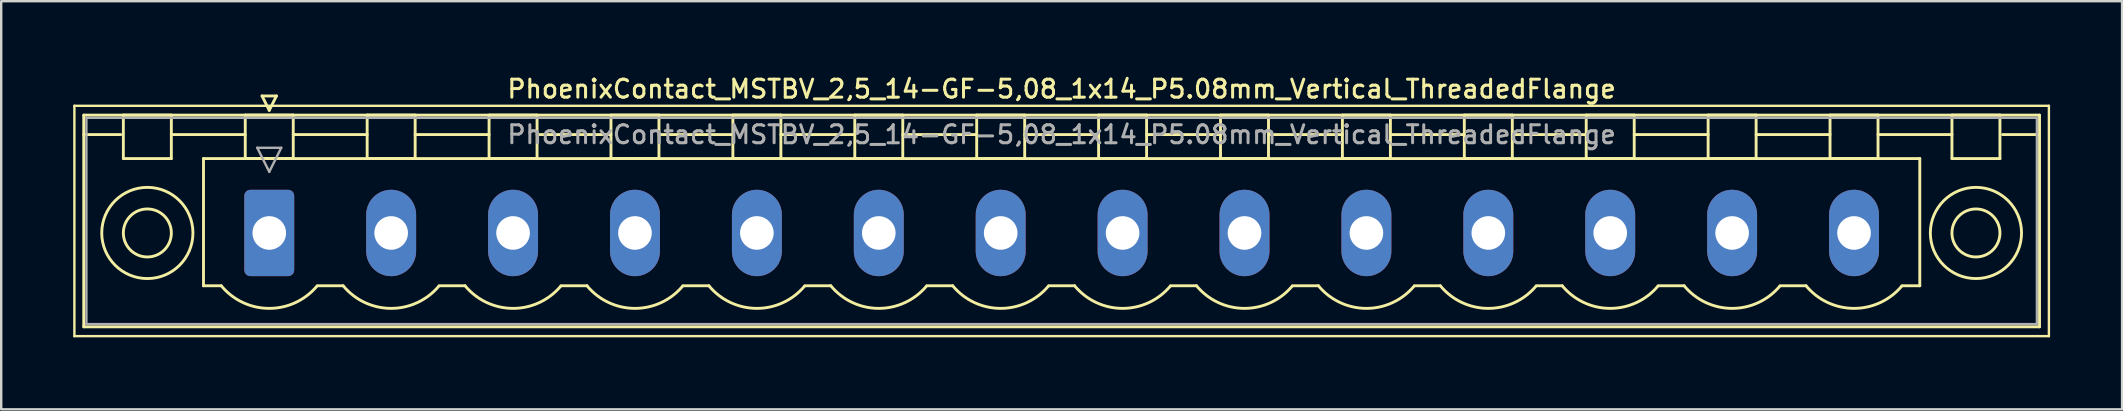
<source format=kicad_pcb>
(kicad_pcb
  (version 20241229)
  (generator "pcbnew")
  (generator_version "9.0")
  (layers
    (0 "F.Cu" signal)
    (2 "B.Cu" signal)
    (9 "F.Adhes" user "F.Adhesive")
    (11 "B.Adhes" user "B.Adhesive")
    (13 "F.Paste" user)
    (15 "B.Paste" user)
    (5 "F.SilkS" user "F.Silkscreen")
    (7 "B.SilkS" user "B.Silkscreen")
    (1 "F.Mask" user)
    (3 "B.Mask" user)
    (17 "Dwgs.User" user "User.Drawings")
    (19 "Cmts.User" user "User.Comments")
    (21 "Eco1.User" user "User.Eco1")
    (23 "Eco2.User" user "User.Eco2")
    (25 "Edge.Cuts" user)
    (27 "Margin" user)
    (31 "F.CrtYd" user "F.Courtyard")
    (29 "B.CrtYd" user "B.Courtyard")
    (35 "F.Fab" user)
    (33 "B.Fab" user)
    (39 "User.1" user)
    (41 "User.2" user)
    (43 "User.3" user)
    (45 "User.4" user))
  (footprint "PhoenixContact_MSTBV_2,5_14-GF-5,08_1x14_P5.08mm_Vertical_ThreadedFlange"
    (layer "F.Cu")
    (at 8.17 6.658)
    (property "Reference" "PhoenixContact_MSTBV_2,5_14-GF-5,08_1x14_P5.08mm_Vertical_ThreadedFlange" (at 33.02 -6 0) (layer "F.SilkS") (effects (font (size 0.75 0.75) (thickness 0.125))))
    (attr through_hole)
    (fp_line (start -8.12 -5.3) (end -8.12 4.3) (stroke (width 0.1) (type solid)) (layer "F.SilkS"))
    (fp_line (start -8.12 4.3) (end 74.16 4.3) (stroke (width 0.1) (type solid)) (layer "F.SilkS"))
    (fp_line (start -7.73 -4.91) (end -7.73 3.91) (stroke (width 0.12) (type solid)) (layer "F.SilkS"))
    (fp_line (start -7.73 -4.1) (end -6.19 -4.1) (stroke (width 0.12) (type solid)) (layer "F.SilkS"))
    (fp_line (start -7.73 3.91) (end 73.77 3.91) (stroke (width 0.12) (type solid)) (layer "F.SilkS"))
    (fp_line (start -6.08 -4.91) (end -4.08 -4.91) (stroke (width 0.12) (type solid)) (layer "F.SilkS"))
    (fp_line (start -6.08 -3.1) (end -6.08 -4.91) (stroke (width 0.12) (type solid)) (layer "F.SilkS"))
    (fp_line (start -4.08 -4.91) (end -4.08 -3.1) (stroke (width 0.12) (type solid)) (layer "F.SilkS"))
    (fp_line (start -4.08 -4.1) (end -1 -4.1) (stroke (width 0.12) (type solid)) (layer "F.SilkS"))
    (fp_line (start -4.08 -3.1) (end -6.08 -3.1) (stroke (width 0.12) (type solid)) (layer "F.SilkS"))
    (fp_line (start -2.74 -3.1) (end 68.78 -3.1) (stroke (width 0.12) (type solid)) (layer "F.SilkS"))
    (fp_line (start -2.74 2.2) (end -2.74 -3.1) (stroke (width 0.12) (type solid)) (layer "F.SilkS"))
    (fp_line (start -2 2.2) (end -2.74 2.2) (stroke (width 0.12) (type solid)) (layer "F.SilkS"))
    (fp_line (start -1 -4.91) (end 1 -4.91) (stroke (width 0.12) (type solid)) (layer "F.SilkS"))
    (fp_line (start -1 -3.1) (end -1 -4.91) (stroke (width 0.12) (type solid)) (layer "F.SilkS"))
    (fp_line (start -0.3 -5.71) (end 0.3 -5.71) (stroke (width 0.12) (type solid)) (layer "F.SilkS"))
    (fp_line (start 0 -5.11) (end -0.3 -5.71) (stroke (width 0.12) (type solid)) (layer "F.SilkS"))
    (fp_line (start 0.3 -5.71) (end 0 -5.11) (stroke (width 0.12) (type solid)) (layer "F.SilkS"))
    (fp_line (start 1 -4.91) (end 1 -3.1) (stroke (width 0.12) (type solid)) (layer "F.SilkS"))
    (fp_line (start 1 -4.1) (end 4.08 -4.1) (stroke (width 0.12) (type solid)) (layer "F.SilkS"))
    (fp_line (start 1 -3.1) (end -1 -3.1) (stroke (width 0.12) (type solid)) (layer "F.SilkS"))
    (fp_line (start 2 2.2) (end 3.08 2.2) (stroke (width 0.12) (type solid)) (layer "F.SilkS"))
    (fp_line (start 4.08 -4.91) (end 6.08 -4.91) (stroke (width 0.12) (type solid)) (layer "F.SilkS"))
    (fp_line (start 4.08 -3.1) (end 4.08 -4.91) (stroke (width 0.12) (type solid)) (layer "F.SilkS"))
    (fp_line (start 6.08 -4.91) (end 6.08 -3.1) (stroke (width 0.12) (type solid)) (layer "F.SilkS"))
    (fp_line (start 6.08 -4.1) (end 9.16 -4.1) (stroke (width 0.12) (type solid)) (layer "F.SilkS"))
    (fp_line (start 6.08 -3.1) (end 4.08 -3.1) (stroke (width 0.12) (type solid)) (layer "F.SilkS"))
    (fp_line (start 7.08 2.2) (end 8.16 2.2) (stroke (width 0.12) (type solid)) (layer "F.SilkS"))
    (fp_line (start 9.16 -4.91) (end 11.16 -4.91) (stroke (width 0.12) (type solid)) (layer "F.SilkS"))
    (fp_line (start 9.16 -3.1) (end 9.16 -4.91) (stroke (width 0.12) (type solid)) (layer "F.SilkS"))
    (fp_line (start 11.16 -4.91) (end 11.16 -3.1) (stroke (width 0.12) (type solid)) (layer "F.SilkS"))
    (fp_line (start 11.16 -4.1) (end 14.24 -4.1) (stroke (width 0.12) (type solid)) (layer "F.SilkS"))
    (fp_line (start 11.16 -3.1) (end 9.16 -3.1) (stroke (width 0.12) (type solid)) (layer "F.SilkS"))
    (fp_line (start 12.16 2.2) (end 13.24 2.2) (stroke (width 0.12) (type solid)) (layer "F.SilkS"))
    (fp_line (start 14.24 -4.91) (end 16.24 -4.91) (stroke (width 0.12) (type solid)) (layer "F.SilkS"))
    (fp_line (start 14.24 -3.1) (end 14.24 -4.91) (stroke (width 0.12) (type solid)) (layer "F.SilkS"))
    (fp_line (start 16.24 -4.91) (end 16.24 -3.1) (stroke (width 0.12) (type solid)) (layer "F.SilkS"))
    (fp_line (start 16.24 -4.1) (end 19.32 -4.1) (stroke (width 0.12) (type solid)) (layer "F.SilkS"))
    (fp_line (start 16.24 -3.1) (end 14.24 -3.1) (stroke (width 0.12) (type solid)) (layer "F.SilkS"))
    (fp_line (start 17.24 2.2) (end 18.32 2.2) (stroke (width 0.12) (type solid)) (layer "F.SilkS"))
    (fp_line (start 19.32 -4.91) (end 21.32 -4.91) (stroke (width 0.12) (type solid)) (layer "F.SilkS"))
    (fp_line (start 19.32 -3.1) (end 19.32 -4.91) (stroke (width 0.12) (type solid)) (layer "F.SilkS"))
    (fp_line (start 21.32 -4.91) (end 21.32 -3.1) (stroke (width 0.12) (type solid)) (layer "F.SilkS"))
    (fp_line (start 21.32 -4.1) (end 24.4 -4.1) (stroke (width 0.12) (type solid)) (layer "F.SilkS"))
    (fp_line (start 21.32 -3.1) (end 19.32 -3.1) (stroke (width 0.12) (type solid)) (layer "F.SilkS"))
    (fp_line (start 22.32 2.2) (end 23.4 2.2) (stroke (width 0.12) (type solid)) (layer "F.SilkS"))
    (fp_line (start 24.4 -4.91) (end 26.4 -4.91) (stroke (width 0.12) (type solid)) (layer "F.SilkS"))
    (fp_line (start 24.4 -3.1) (end 24.4 -4.91) (stroke (width 0.12) (type solid)) (layer "F.SilkS"))
    (fp_line (start 26.4 -4.91) (end 26.4 -3.1) (stroke (width 0.12) (type solid)) (layer "F.SilkS"))
    (fp_line (start 26.4 -4.1) (end 29.48 -4.1) (stroke (width 0.12) (type solid)) (layer "F.SilkS"))
    (fp_line (start 26.4 -3.1) (end 24.4 -3.1) (stroke (width 0.12) (type solid)) (layer "F.SilkS"))
    (fp_line (start 27.4 2.2) (end 28.48 2.2) (stroke (width 0.12) (type solid)) (layer "F.SilkS"))
    (fp_line (start 29.48 -4.91) (end 31.48 -4.91) (stroke (width 0.12) (type solid)) (layer "F.SilkS"))
    (fp_line (start 29.48 -3.1) (end 29.48 -4.91) (stroke (width 0.12) (type solid)) (layer "F.SilkS"))
    (fp_line (start 31.48 -4.91) (end 31.48 -3.1) (stroke (width 0.12) (type solid)) (layer "F.SilkS"))
    (fp_line (start 31.48 -4.1) (end 34.56 -4.1) (stroke (width 0.12) (type solid)) (layer "F.SilkS"))
    (fp_line (start 31.48 -3.1) (end 29.48 -3.1) (stroke (width 0.12) (type solid)) (layer "F.SilkS"))
    (fp_line (start 32.48 2.2) (end 33.56 2.2) (stroke (width 0.12) (type solid)) (layer "F.SilkS"))
    (fp_line (start 34.56 -4.91) (end 36.56 -4.91) (stroke (width 0.12) (type solid)) (layer "F.SilkS"))
    (fp_line (start 34.56 -3.1) (end 34.56 -4.91) (stroke (width 0.12) (type solid)) (layer "F.SilkS"))
    (fp_line (start 36.56 -4.91) (end 36.56 -3.1) (stroke (width 0.12) (type solid)) (layer "F.SilkS"))
    (fp_line (start 36.56 -4.1) (end 39.64 -4.1) (stroke (width 0.12) (type solid)) (layer "F.SilkS"))
    (fp_line (start 36.56 -3.1) (end 34.56 -3.1) (stroke (width 0.12) (type solid)) (layer "F.SilkS"))
    (fp_line (start 37.56 2.2) (end 38.64 2.2) (stroke (width 0.12) (type solid)) (layer "F.SilkS"))
    (fp_line (start 39.64 -4.91) (end 41.64 -4.91) (stroke (width 0.12) (type solid)) (layer "F.SilkS"))
    (fp_line (start 39.64 -3.1) (end 39.64 -4.91) (stroke (width 0.12) (type solid)) (layer "F.SilkS"))
    (fp_line (start 41.64 -4.91) (end 41.64 -3.1) (stroke (width 0.12) (type solid)) (layer "F.SilkS"))
    (fp_line (start 41.64 -4.1) (end 44.72 -4.1) (stroke (width 0.12) (type solid)) (layer "F.SilkS"))
    (fp_line (start 41.64 -3.1) (end 39.64 -3.1) (stroke (width 0.12) (type solid)) (layer "F.SilkS"))
    (fp_line (start 42.64 2.2) (end 43.72 2.2) (stroke (width 0.12) (type solid)) (layer "F.SilkS"))
    (fp_line (start 44.72 -4.91) (end 46.72 -4.91) (stroke (width 0.12) (type solid)) (layer "F.SilkS"))
    (fp_line (start 44.72 -3.1) (end 44.72 -4.91) (stroke (width 0.12) (type solid)) (layer "F.SilkS"))
    (fp_line (start 46.72 -4.91) (end 46.72 -3.1) (stroke (width 0.12) (type solid)) (layer "F.SilkS"))
    (fp_line (start 46.72 -4.1) (end 49.8 -4.1) (stroke (width 0.12) (type solid)) (layer "F.SilkS"))
    (fp_line (start 46.72 -3.1) (end 44.72 -3.1) (stroke (width 0.12) (type solid)) (layer "F.SilkS"))
    (fp_line (start 47.72 2.2) (end 48.8 2.2) (stroke (width 0.12) (type solid)) (layer "F.SilkS"))
    (fp_line (start 49.8 -4.91) (end 51.8 -4.91) (stroke (width 0.12) (type solid)) (layer "F.SilkS"))
    (fp_line (start 49.8 -3.1) (end 49.8 -4.91) (stroke (width 0.12) (type solid)) (layer "F.SilkS"))
    (fp_line (start 51.8 -4.91) (end 51.8 -3.1) (stroke (width 0.12) (type solid)) (layer "F.SilkS"))
    (fp_line (start 51.8 -4.1) (end 54.88 -4.1) (stroke (width 0.12) (type solid)) (layer "F.SilkS"))
    (fp_line (start 51.8 -3.1) (end 49.8 -3.1) (stroke (width 0.12) (type solid)) (layer "F.SilkS"))
    (fp_line (start 52.8 2.2) (end 53.88 2.2) (stroke (width 0.12) (type solid)) (layer "F.SilkS"))
    (fp_line (start 54.88 -4.91) (end 56.88 -4.91) (stroke (width 0.12) (type solid)) (layer "F.SilkS"))
    (fp_line (start 54.88 -3.1) (end 54.88 -4.91) (stroke (width 0.12) (type solid)) (layer "F.SilkS"))
    (fp_line (start 56.88 -4.91) (end 56.88 -3.1) (stroke (width 0.12) (type solid)) (layer "F.SilkS"))
    (fp_line (start 56.88 -4.1) (end 59.96 -4.1) (stroke (width 0.12) (type solid)) (layer "F.SilkS"))
    (fp_line (start 56.88 -3.1) (end 54.88 -3.1) (stroke (width 0.12) (type solid)) (layer "F.SilkS"))
    (fp_line (start 57.88 2.2) (end 58.96 2.2) (stroke (width 0.12) (type solid)) (layer "F.SilkS"))
    (fp_line (start 59.96 -4.91) (end 61.96 -4.91) (stroke (width 0.12) (type solid)) (layer "F.SilkS"))
    (fp_line (start 59.96 -3.1) (end 59.96 -4.91) (stroke (width 0.12) (type solid)) (layer "F.SilkS"))
    (fp_line (start 61.96 -4.91) (end 61.96 -3.1) (stroke (width 0.12) (type solid)) (layer "F.SilkS"))
    (fp_line (start 61.96 -4.1) (end 65.04 -4.1) (stroke (width 0.12) (type solid)) (layer "F.SilkS"))
    (fp_line (start 61.96 -3.1) (end 59.96 -3.1) (stroke (width 0.12) (type solid)) (layer "F.SilkS"))
    (fp_line (start 62.96 2.2) (end 64.04 2.2) (stroke (width 0.12) (type solid)) (layer "F.SilkS"))
    (fp_line (start 65.04 -4.91) (end 67.04 -4.91) (stroke (width 0.12) (type solid)) (layer "F.SilkS"))
    (fp_line (start 65.04 -3.1) (end 65.04 -4.91) (stroke (width 0.12) (type solid)) (layer "F.SilkS"))
    (fp_line (start 67.04 -4.91) (end 67.04 -3.1) (stroke (width 0.12) (type solid)) (layer "F.SilkS"))
    (fp_line (start 67.04 -4.1) (end 70.12 -4.1) (stroke (width 0.12) (type solid)) (layer "F.SilkS"))
    (fp_line (start 67.04 -3.1) (end 65.04 -3.1) (stroke (width 0.12) (type solid)) (layer "F.SilkS"))
    (fp_line (start 68.78 -3.1) (end 68.78 2.2) (stroke (width 0.12) (type solid)) (layer "F.SilkS"))
    (fp_line (start 68.78 2.2) (end 68.04 2.2) (stroke (width 0.12) (type solid)) (layer "F.SilkS"))
    (fp_line (start 70.12 -4.91) (end 72.12 -4.91) (stroke (width 0.12) (type solid)) (layer "F.SilkS"))
    (fp_line (start 70.12 -3.1) (end 70.12 -4.91) (stroke (width 0.12) (type solid)) (layer "F.SilkS"))
    (fp_line (start 72.12 -4.91) (end 72.12 -3.1) (stroke (width 0.12) (type solid)) (layer "F.SilkS"))
    (fp_line (start 72.12 -3.1) (end 70.12 -3.1) (stroke (width 0.12) (type solid)) (layer "F.SilkS"))
    (fp_line (start 73.77 -4.91) (end -7.73 -4.91) (stroke (width 0.12) (type solid)) (layer "F.SilkS"))
    (fp_line (start 73.77 -4.1) (end 72.23 -4.1) (stroke (width 0.12) (type solid)) (layer "F.SilkS"))
    (fp_line (start 73.77 3.91) (end 73.77 -4.91) (stroke (width 0.12) (type solid)) (layer "F.SilkS"))
    (fp_line (start 74.16 -5.3) (end -8.12 -5.3) (stroke (width 0.1) (type solid)) (layer "F.SilkS"))
    (fp_line (start 74.16 4.3) (end 74.16 -5.3) (stroke (width 0.1) (type solid)) (layer "F.SilkS"))
    (fp_arc (start 1.986842 2.215821) (mid -0.010289 3.142758) (end -2 2.2) (stroke (width 0.12) (type solid)) (layer "F.SilkS"))
    (fp_arc (start 7.066842 2.215821) (mid 5.069711 3.142758) (end 3.08 2.2) (stroke (width 0.12) (type solid)) (layer "F.SilkS"))
    (fp_arc (start 12.146842 2.215821) (mid 10.149711 3.142758) (end 8.16 2.2) (stroke (width 0.12) (type solid)) (layer "F.SilkS"))
    (fp_arc (start 17.226842 2.215821) (mid 15.229711 3.142758) (end 13.24 2.2) (stroke (width 0.12) (type solid)) (layer "F.SilkS"))
    (fp_arc (start 22.306842 2.215821) (mid 20.309711 3.142758) (end 18.32 2.2) (stroke (width 0.12) (type solid)) (layer "F.SilkS"))
    (fp_arc (start 27.386842 2.215821) (mid 25.389711 3.142758) (end 23.4 2.2) (stroke (width 0.12) (type solid)) (layer "F.SilkS"))
    (fp_arc (start 32.466842 2.215821) (mid 30.469711 3.142758) (end 28.48 2.2) (stroke (width 0.12) (type solid)) (layer "F.SilkS"))
    (fp_arc (start 37.546842 2.215821) (mid 35.549711 3.142758) (end 33.56 2.2) (stroke (width 0.12) (type solid)) (layer "F.SilkS"))
    (fp_arc (start 42.626842 2.215821) (mid 40.629711 3.142758) (end 38.64 2.2) (stroke (width 0.12) (type solid)) (layer "F.SilkS"))
    (fp_arc (start 47.706842 2.215821) (mid 45.709711 3.142758) (end 43.72 2.2) (stroke (width 0.12) (type solid)) (layer "F.SilkS"))
    (fp_arc (start 52.786842 2.215821) (mid 50.789711 3.142758) (end 48.8 2.2) (stroke (width 0.12) (type solid)) (layer "F.SilkS"))
    (fp_arc (start 57.866842 2.215821) (mid 55.869711 3.142758) (end 53.88 2.2) (stroke (width 0.12) (type solid)) (layer "F.SilkS"))
    (fp_arc (start 62.946842 2.215821) (mid 60.949711 3.142758) (end 58.96 2.2) (stroke (width 0.12) (type solid)) (layer "F.SilkS"))
    (fp_arc (start 68.026842 2.215821) (mid 66.029711 3.142758) (end 64.04 2.2) (stroke (width 0.12) (type solid)) (layer "F.SilkS"))
    (fp_circle (center -5.08 0) (end -4.08 0) (stroke (width 0.12) (type solid)) (fill no) (layer "F.SilkS"))
    (fp_circle (center -5.08 0) (end -3.18 0) (stroke (width 0.12) (type solid)) (fill no) (layer "F.SilkS"))
    (fp_circle (center 71.12 0) (end 72.12 0) (stroke (width 0.12) (type solid)) (fill no) (layer "F.SilkS"))
    (fp_circle (center 71.12 0) (end 73.02 0) (stroke (width 0.12) (type solid)) (fill no) (layer "F.SilkS"))
    (fp_line (start -7.62 -4.8) (end -7.62 3.8) (stroke (width 0.1) (type solid)) (layer "F.Fab"))
    (fp_line (start -7.62 3.8) (end 73.66 3.8) (stroke (width 0.1) (type solid)) (layer "F.Fab"))
    (fp_line (start -0.5 -3.55) (end 0.5 -3.55) (stroke (width 0.1) (type solid)) (layer "F.Fab"))
    (fp_line (start 0 -2.55) (end -0.5 -3.55) (stroke (width 0.1) (type solid)) (layer "F.Fab"))
    (fp_line (start 0.5 -3.55) (end 0 -2.55) (stroke (width 0.1) (type solid)) (layer "F.Fab"))
    (fp_line (start 73.66 -4.8) (end -7.62 -4.8) (stroke (width 0.1) (type solid)) (layer "F.Fab"))
    (fp_line (start 73.66 3.8) (end 73.66 -4.8) (stroke (width 0.1) (type solid)) (layer "F.Fab"))
    (fp_text user "${REFERENCE}" (at 33.02 -4.1 0) (layer "F.Fab") (effects (font (size 0.75 0.75) (thickness 0.125))))
    (pad "1" thru_hole roundrect (at 0 0) (size 2.08 3.6) (drill 1.4) (layers "*.Cu" "*.Mask") (roundrect_rratio 0.12))
    (pad "2" thru_hole oval (at 5.08 0) (size 2.08 3.6) (drill 1.4) (layers "*.Cu" "*.Mask"))
    (pad "3" thru_hole oval (at 10.16 0) (size 2.08 3.6) (drill 1.4) (layers "*.Cu" "*.Mask"))
    (pad "4" thru_hole oval (at 15.24 0) (size 2.08 3.6) (drill 1.4) (layers "*.Cu" "*.Mask"))
    (pad "5" thru_hole oval (at 20.32 0) (size 2.08 3.6) (drill 1.4) (layers "*.Cu" "*.Mask"))
    (pad "6" thru_hole oval (at 25.4 0) (size 2.08 3.6) (drill 1.4) (layers "*.Cu" "*.Mask"))
    (pad "7" thru_hole oval (at 30.48 0) (size 2.08 3.6) (drill 1.4) (layers "*.Cu" "*.Mask"))
    (pad "8" thru_hole oval (at 35.56 0) (size 2.08 3.6) (drill 1.4) (layers "*.Cu" "*.Mask"))
    (pad "9" thru_hole oval (at 40.64 0) (size 2.08 3.6) (drill 1.4) (layers "*.Cu" "*.Mask"))
    (pad "10" thru_hole oval (at 45.72 0) (size 2.08 3.6) (drill 1.4) (layers "*.Cu" "*.Mask"))
    (pad "11" thru_hole oval (at 50.8 0) (size 2.08 3.6) (drill 1.4) (layers "*.Cu" "*.Mask"))
    (pad "12" thru_hole oval (at 55.88 0) (size 2.08 3.6) (drill 1.4) (layers "*.Cu" "*.Mask"))
    (pad "13" thru_hole oval (at 60.96 0) (size 2.08 3.6) (drill 1.4) (layers "*.Cu" "*.Mask"))
    (pad "14" thru_hole oval (at 66.04 0) (size 2.08 3.6) (drill 1.4) (layers "*.Cu" "*.Mask")))
  (gr_rect
    (start -3 -3)
    (end 85.38 14.008)
    (stroke (width 0.1) (type default))
    (fill no)
    (layer "Edge.Cuts")))
</source>
